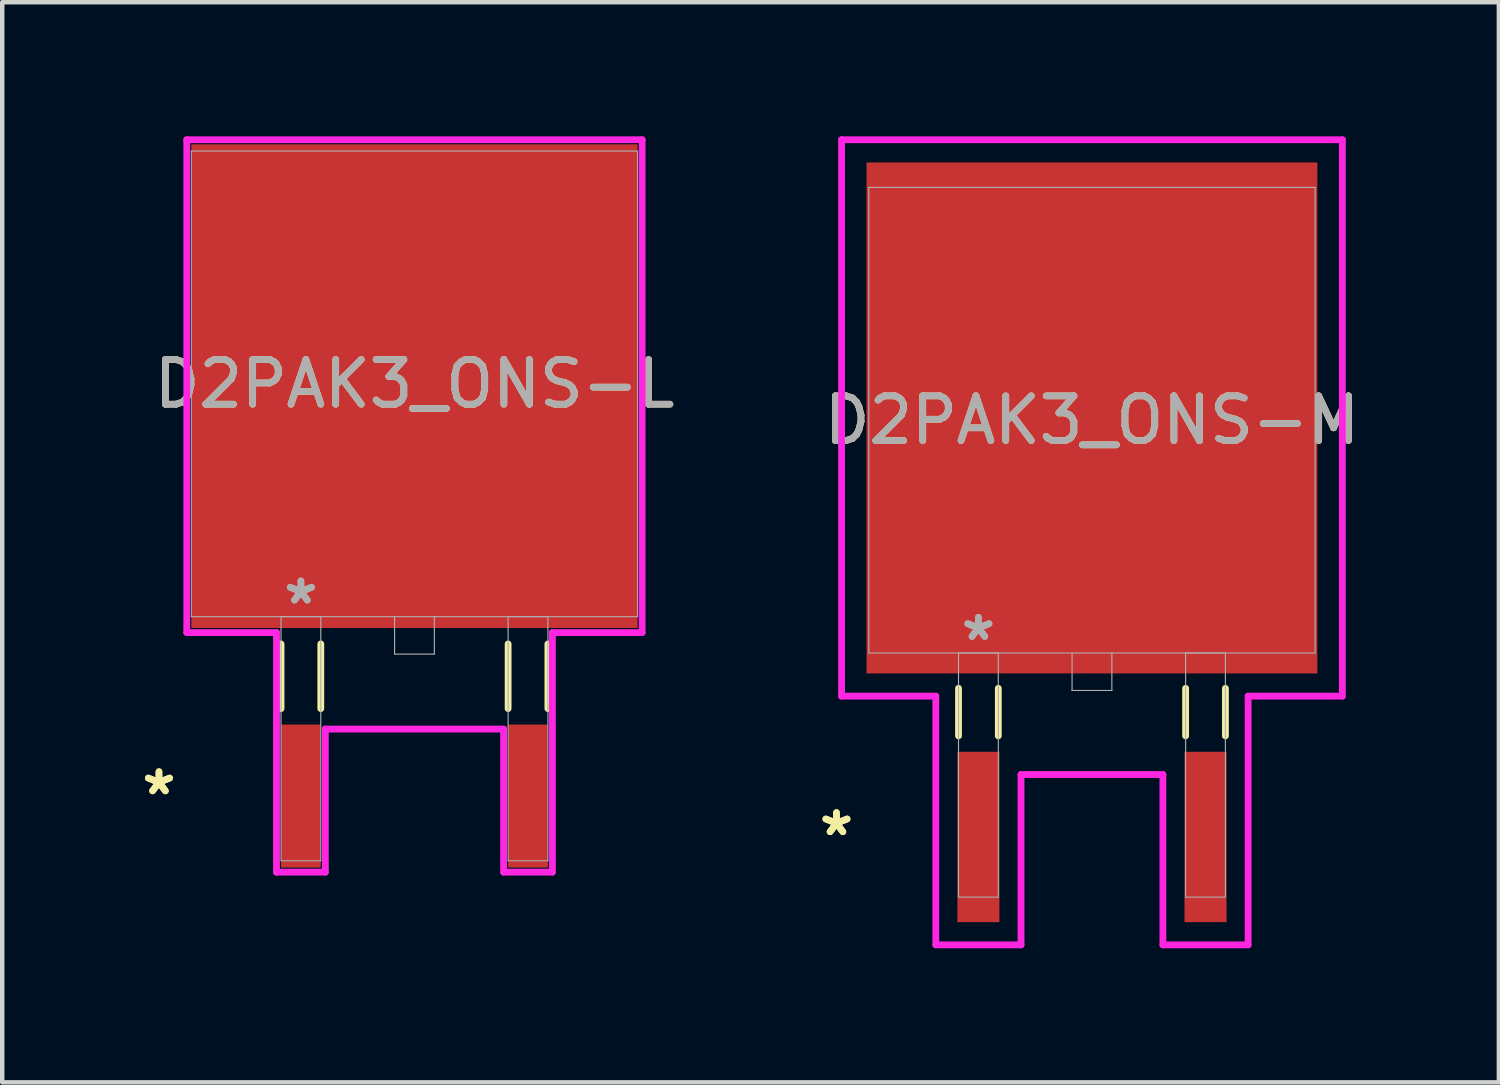
<source format=kicad_pcb>
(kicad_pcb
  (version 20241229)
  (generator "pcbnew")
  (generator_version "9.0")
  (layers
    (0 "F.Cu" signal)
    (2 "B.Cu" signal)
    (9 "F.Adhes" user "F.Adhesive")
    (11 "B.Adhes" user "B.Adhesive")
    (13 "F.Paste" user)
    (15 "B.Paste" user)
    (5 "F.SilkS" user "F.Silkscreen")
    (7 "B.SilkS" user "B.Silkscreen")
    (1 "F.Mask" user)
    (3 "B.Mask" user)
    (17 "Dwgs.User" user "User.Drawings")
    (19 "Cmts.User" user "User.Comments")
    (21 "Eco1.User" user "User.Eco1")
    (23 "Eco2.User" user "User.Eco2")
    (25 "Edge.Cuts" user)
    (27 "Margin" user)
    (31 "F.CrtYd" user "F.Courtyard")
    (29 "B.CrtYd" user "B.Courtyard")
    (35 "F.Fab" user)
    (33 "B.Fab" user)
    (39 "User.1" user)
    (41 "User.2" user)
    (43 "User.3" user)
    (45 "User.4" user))
  (footprint "D2PAK3_ONS-L"
    (layer "F.Cu")
    (at 6.221 5.537)
    (property "Reference" "D2PAK3_ONS-L" (at 0 0 0) (unlocked yes) (layer "F.SilkS") (effects (font (size 1 1) (thickness 0.15))))
    (attr smd)
    (fp_line (start -2.985 5.817) (end -2.985 7.264) (stroke (width 0.152) (type solid)) (layer "F.SilkS"))
    (fp_line (start -2.095 5.817) (end -2.095 7.264) (stroke (width 0.152) (type solid)) (layer "F.SilkS"))
    (fp_line (start 2.095 5.817) (end 2.095 7.264) (stroke (width 0.152) (type solid)) (layer "F.SilkS"))
    (fp_line (start 2.985 5.817) (end 2.985 7.264) (stroke (width 0.152) (type solid)) (layer "F.SilkS"))
    (fp_line (start -5.093 -5.461) (end 5.093 -5.461) (stroke (width 0.152) (type solid)) (layer "F.CrtYd"))
    (fp_line (start -5.093 5.563) (end -5.093 -5.461) (stroke (width 0.152) (type solid)) (layer "F.CrtYd"))
    (fp_line (start -3.086 5.563) (end -5.093 5.563) (stroke (width 0.152) (type solid)) (layer "F.CrtYd"))
    (fp_line (start -3.086 10.922) (end -3.086 5.563) (stroke (width 0.152) (type solid)) (layer "F.CrtYd"))
    (fp_line (start -1.994 7.722) (end -1.994 10.922) (stroke (width 0.152) (type solid)) (layer "F.CrtYd"))
    (fp_line (start -1.994 10.922) (end -3.086 10.922) (stroke (width 0.152) (type solid)) (layer "F.CrtYd"))
    (fp_line (start 1.994 7.722) (end -1.994 7.722) (stroke (width 0.152) (type solid)) (layer "F.CrtYd"))
    (fp_line (start 1.994 10.922) (end 1.994 7.722) (stroke (width 0.152) (type solid)) (layer "F.CrtYd"))
    (fp_line (start 3.086 5.563) (end 3.086 10.922) (stroke (width 0.152) (type solid)) (layer "F.CrtYd"))
    (fp_line (start 3.086 10.922) (end 1.994 10.922) (stroke (width 0.152) (type solid)) (layer "F.CrtYd"))
    (fp_line (start 5.093 -5.461) (end 5.093 5.563) (stroke (width 0.152) (type solid)) (layer "F.CrtYd"))
    (fp_line (start 5.093 5.563) (end 3.086 5.563) (stroke (width 0.152) (type solid)) (layer "F.CrtYd"))
    (fp_line (start -4.991 -5.207) (end -4.991 5.207) (stroke (width 0.025) (type solid)) (layer "F.Fab"))
    (fp_line (start -4.991 5.207) (end 4.991 5.207) (stroke (width 0.025) (type solid)) (layer "F.Fab"))
    (fp_line (start -2.985 5.207) (end -2.985 10.668) (stroke (width 0.025) (type solid)) (layer "F.Fab"))
    (fp_line (start -2.985 10.668) (end -2.095 10.668) (stroke (width 0.025) (type solid)) (layer "F.Fab"))
    (fp_line (start -2.095 5.207) (end -2.985 5.207) (stroke (width 0.025) (type solid)) (layer "F.Fab"))
    (fp_line (start -2.095 10.668) (end -2.095 5.207) (stroke (width 0.025) (type solid)) (layer "F.Fab"))
    (fp_line (start -0.445 5.207) (end -0.445 6.045) (stroke (width 0.025) (type solid)) (layer "F.Fab"))
    (fp_line (start -0.445 6.045) (end 0.445 6.045) (stroke (width 0.025) (type solid)) (layer "F.Fab"))
    (fp_line (start 0.445 6.045) (end 0.445 5.207) (stroke (width 0.025) (type solid)) (layer "F.Fab"))
    (fp_line (start 2.095 5.207) (end 2.095 10.668) (stroke (width 0.025) (type solid)) (layer "F.Fab"))
    (fp_line (start 2.095 10.668) (end 2.985 10.668) (stroke (width 0.025) (type solid)) (layer "F.Fab"))
    (fp_line (start 2.985 5.207) (end 2.095 5.207) (stroke (width 0.025) (type solid)) (layer "F.Fab"))
    (fp_line (start 2.985 10.668) (end 2.985 5.207) (stroke (width 0.025) (type solid)) (layer "F.Fab"))
    (fp_line (start 4.991 -5.207) (end -4.991 -5.207) (stroke (width 0.025) (type solid)) (layer "F.Fab"))
    (fp_line (start 4.991 5.207) (end 4.991 -5.207) (stroke (width 0.025) (type solid)) (layer "F.Fab"))
    (fp_text user "*" (at -5.715 9.22 0) (unlocked yes) (layer "F.SilkS") (effects (font (size 1 1) (thickness 0.15))))
    (fp_text user "*" (at -5.715 9.22 0) (layer "F.SilkS") (effects (font (size 1 1) (thickness 0.15))))
    (fp_text user "*" (at -2.54 4.953 0) (layer "F.Fab") (effects (font (size 1 1) (thickness 0.15))))
    (fp_text user "${REFERENCE}" (at 0 0 0) (unlocked yes) (layer "F.Fab") (effects (font (size 1 1) (thickness 0.15))))
    (fp_text user "*" (at -2.54 4.953 0) (unlocked yes) (layer "F.Fab") (effects (font (size 1 1) (thickness 0.15))))
    (pad "1" smd rect (at -2.54 9.22) (size 0.889 3.2) (layers "F.Cu" "F.Mask" "F.Paste"))
    (pad "3" smd rect (at 2.54 9.22) (size 0.889 3.2) (layers "F.Cu" "F.Mask" "F.Paste"))
    (pad "4" smd rect (at 0 0.051) (size 9.982 10.82) (layers "F.Cu" "F.Mask" "F.Paste")))
  (footprint "D2PAK3_ONS-M"
    (layer "F.Cu")
    (at 21.376 6.35)
    (property "Reference" "D2PAK3_ONS-M" (at 0 0 0) (unlocked yes) (layer "F.SilkS") (effects (font (size 1 1) (thickness 0.15))))
    (attr smd)
    (fp_line (start -2.985 5.997) (end -2.985 7.061) (stroke (width 0.152) (type solid)) (layer "F.SilkS"))
    (fp_line (start -2.095 5.997) (end -2.095 7.061) (stroke (width 0.152) (type solid)) (layer "F.SilkS"))
    (fp_line (start 2.095 5.997) (end 2.095 7.061) (stroke (width 0.152) (type solid)) (layer "F.SilkS"))
    (fp_line (start 2.985 5.997) (end 2.985 7.061) (stroke (width 0.152) (type solid)) (layer "F.SilkS"))
    (fp_line (start -5.601 -6.274) (end 5.601 -6.274) (stroke (width 0.152) (type solid)) (layer "F.CrtYd"))
    (fp_line (start -5.601 6.172) (end -5.601 -6.274) (stroke (width 0.152) (type solid)) (layer "F.CrtYd"))
    (fp_line (start -3.493 6.172) (end -5.601 6.172) (stroke (width 0.152) (type solid)) (layer "F.CrtYd"))
    (fp_line (start -3.493 11.735) (end -3.493 6.172) (stroke (width 0.152) (type solid)) (layer "F.CrtYd"))
    (fp_line (start -1.587 7.925) (end -1.587 11.735) (stroke (width 0.152) (type solid)) (layer "F.CrtYd"))
    (fp_line (start -1.587 11.735) (end -3.493 11.735) (stroke (width 0.152) (type solid)) (layer "F.CrtYd"))
    (fp_line (start 1.587 7.925) (end -1.587 7.925) (stroke (width 0.152) (type solid)) (layer "F.CrtYd"))
    (fp_line (start 1.587 11.735) (end 1.587 7.925) (stroke (width 0.152) (type solid)) (layer "F.CrtYd"))
    (fp_line (start 3.493 6.172) (end 3.493 11.735) (stroke (width 0.152) (type solid)) (layer "F.CrtYd"))
    (fp_line (start 3.493 11.735) (end 1.587 11.735) (stroke (width 0.152) (type solid)) (layer "F.CrtYd"))
    (fp_line (start 5.601 -6.274) (end 5.601 6.172) (stroke (width 0.152) (type solid)) (layer "F.CrtYd"))
    (fp_line (start 5.601 6.172) (end 3.493 6.172) (stroke (width 0.152) (type solid)) (layer "F.CrtYd"))
    (fp_line (start -4.991 -5.207) (end -4.991 5.207) (stroke (width 0.025) (type solid)) (layer "F.Fab"))
    (fp_line (start -4.991 5.207) (end 4.991 5.207) (stroke (width 0.025) (type solid)) (layer "F.Fab"))
    (fp_line (start -2.985 5.207) (end -2.985 10.668) (stroke (width 0.025) (type solid)) (layer "F.Fab"))
    (fp_line (start -2.985 10.668) (end -2.095 10.668) (stroke (width 0.025) (type solid)) (layer "F.Fab"))
    (fp_line (start -2.095 5.207) (end -2.985 5.207) (stroke (width 0.025) (type solid)) (layer "F.Fab"))
    (fp_line (start -2.095 10.668) (end -2.095 5.207) (stroke (width 0.025) (type solid)) (layer "F.Fab"))
    (fp_line (start -0.445 5.207) (end -0.445 6.045) (stroke (width 0.025) (type solid)) (layer "F.Fab"))
    (fp_line (start -0.445 6.045) (end 0.445 6.045) (stroke (width 0.025) (type solid)) (layer "F.Fab"))
    (fp_line (start 0.445 6.045) (end 0.445 5.207) (stroke (width 0.025) (type solid)) (layer "F.Fab"))
    (fp_line (start 2.095 5.207) (end 2.095 10.668) (stroke (width 0.025) (type solid)) (layer "F.Fab"))
    (fp_line (start 2.095 10.668) (end 2.985 10.668) (stroke (width 0.025) (type solid)) (layer "F.Fab"))
    (fp_line (start 2.985 5.207) (end 2.095 5.207) (stroke (width 0.025) (type solid)) (layer "F.Fab"))
    (fp_line (start 2.985 10.668) (end 2.985 5.207) (stroke (width 0.025) (type solid)) (layer "F.Fab"))
    (fp_line (start 4.991 -5.207) (end -4.991 -5.207) (stroke (width 0.025) (type solid)) (layer "F.Fab"))
    (fp_line (start 4.991 5.207) (end 4.991 -5.207) (stroke (width 0.025) (type solid)) (layer "F.Fab"))
    (fp_text user "*" (at -5.715 9.322 0) (unlocked yes) (layer "F.SilkS") (effects (font (size 1 1) (thickness 0.15))))
    (fp_text user "*" (at -5.715 9.322 0) (layer "F.SilkS") (effects (font (size 1 1) (thickness 0.15))))
    (fp_text user "*" (at -2.54 4.953 0) (layer "F.Fab") (effects (font (size 1 1) (thickness 0.15))))
    (fp_text user "*" (at -2.54 4.953 0) (unlocked yes) (layer "F.Fab") (effects (font (size 1 1) (thickness 0.15))))
    (fp_text user "${REFERENCE}" (at 0 0 0) (unlocked yes) (layer "F.Fab") (effects (font (size 1 1) (thickness 0.15))))
    (pad "1" smd rect (at -2.54 9.322) (size 0.94 3.81) (layers "F.Cu" "F.Mask" "F.Paste"))
    (pad "3" smd rect (at 2.54 9.322) (size 0.94 3.81) (layers "F.Cu" "F.Mask" "F.Paste"))
    (pad "4" smd rect (at 0 -0.051) (size 10.084 11.43) (layers "F.Cu" "F.Mask" "F.Paste")))
  (gr_rect
    (start -3 -3)
    (end 30.478 21.161)
    (stroke (width 0.1) (type default))
    (fill no)
    (layer "Edge.Cuts")))
</source>
